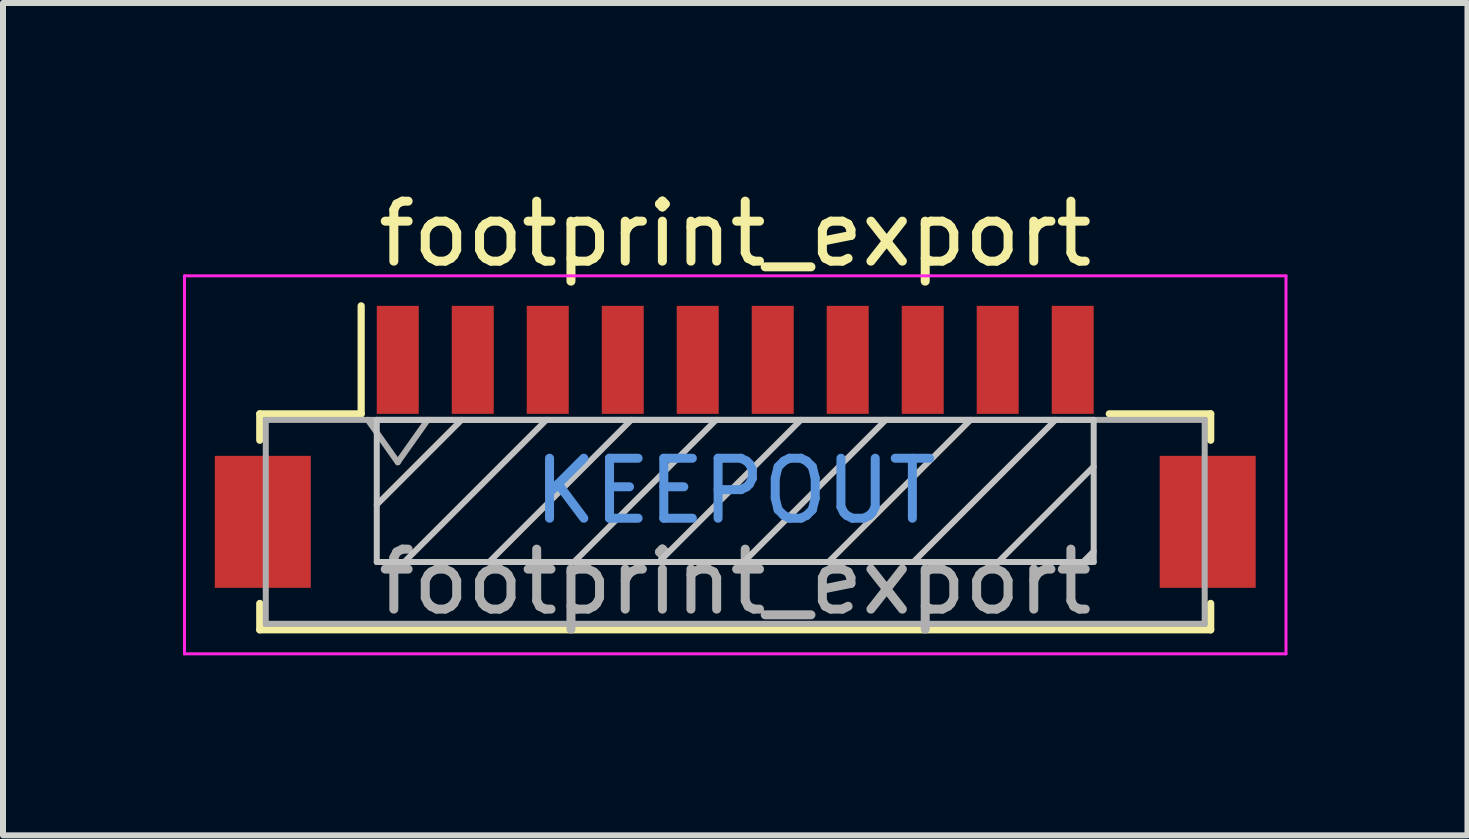
<source format=kicad_pcb>
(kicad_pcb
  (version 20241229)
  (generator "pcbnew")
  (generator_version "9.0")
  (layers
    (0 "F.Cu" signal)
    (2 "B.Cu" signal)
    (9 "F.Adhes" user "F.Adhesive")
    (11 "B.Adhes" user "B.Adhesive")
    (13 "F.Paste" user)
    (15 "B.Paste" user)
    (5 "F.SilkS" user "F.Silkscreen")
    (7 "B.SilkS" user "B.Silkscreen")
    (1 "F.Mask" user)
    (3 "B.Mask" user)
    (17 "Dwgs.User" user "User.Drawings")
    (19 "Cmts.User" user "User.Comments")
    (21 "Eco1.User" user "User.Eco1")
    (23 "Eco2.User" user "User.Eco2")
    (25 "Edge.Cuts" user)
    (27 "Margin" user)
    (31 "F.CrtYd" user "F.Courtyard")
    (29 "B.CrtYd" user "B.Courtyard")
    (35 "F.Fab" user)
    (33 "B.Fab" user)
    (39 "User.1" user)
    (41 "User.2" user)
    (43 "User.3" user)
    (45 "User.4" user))
  (footprint "footprint_export"
    (layer "F.Cu")
    (at 9.205 4.398)
    (property "Reference" "footprint_export" (at 0 -3.55 0) (layer "F.SilkS") (effects (font (size 1 1) (thickness 0.15))))
    (attr smd)
    (fp_line (start -7.925 -0.55) (end -7.925 -0.11) (stroke (width 0.12) (type solid)) (layer "F.SilkS"))
    (fp_line (start -7.925 2.61) (end -7.925 3.05) (stroke (width 0.12) (type solid)) (layer "F.SilkS"))
    (fp_line (start -7.925 3.05) (end 7.925 3.05) (stroke (width 0.12) (type solid)) (layer "F.SilkS"))
    (fp_line (start -6.235 -0.55) (end -7.925 -0.55) (stroke (width 0.12) (type solid)) (layer "F.SilkS"))
    (fp_line (start -6.235 -0.55) (end -6.235 -2.35) (stroke (width 0.12) (type solid)) (layer "F.SilkS"))
    (fp_line (start 6.235 -0.55) (end 7.925 -0.55) (stroke (width 0.12) (type solid)) (layer "F.SilkS"))
    (fp_line (start 7.925 -0.55) (end 7.925 -0.11) (stroke (width 0.12) (type solid)) (layer "F.SilkS"))
    (fp_line (start 7.925 3.05) (end 7.925 2.61) (stroke (width 0.12) (type solid)) (layer "F.SilkS"))
    (fp_line (start -5.975 -0.45) (end -5.975 1.92) (stroke (width 0.1) (type solid)) (layer "Dwgs.User"))
    (fp_line (start -5.975 1.92) (end 5.975 1.92) (stroke (width 0.1) (type solid)) (layer "Dwgs.User"))
    (fp_line (start -4.561 -0.45) (end -5.975 0.964) (stroke (width 0.1) (type solid)) (layer "Dwgs.User"))
    (fp_line (start -3.147 -0.45) (end -5.517 1.92) (stroke (width 0.1) (type solid)) (layer "Dwgs.User"))
    (fp_line (start -1.732 -0.45) (end -4.102 1.92) (stroke (width 0.1) (type solid)) (layer "Dwgs.User"))
    (fp_line (start -0.318 -0.45) (end -2.688 1.92) (stroke (width 0.1) (type solid)) (layer "Dwgs.User"))
    (fp_line (start 1.096 -0.45) (end -1.274 1.92) (stroke (width 0.1) (type solid)) (layer "Dwgs.User"))
    (fp_line (start 2.51 -0.45) (end 0.14 1.92) (stroke (width 0.1) (type solid)) (layer "Dwgs.User"))
    (fp_line (start 3.924 -0.45) (end 1.554 1.92) (stroke (width 0.1) (type solid)) (layer "Dwgs.User"))
    (fp_line (start 5.339 -0.45) (end 2.969 1.92) (stroke (width 0.1) (type solid)) (layer "Dwgs.User"))
    (fp_line (start 5.975 -0.45) (end -5.975 -0.45) (stroke (width 0.1) (type solid)) (layer "Dwgs.User"))
    (fp_line (start 5.975 0.328) (end 4.383 1.92) (stroke (width 0.1) (type solid)) (layer "Dwgs.User"))
    (fp_line (start 5.975 1.742) (end 5.797 1.92) (stroke (width 0.1) (type solid)) (layer "Dwgs.User"))
    (fp_line (start 5.975 1.92) (end 5.975 -0.45) (stroke (width 0.1) (type solid)) (layer "Dwgs.User"))
    (fp_line (start -9.18 -2.85) (end -9.18 3.45) (stroke (width 0.05) (type solid)) (layer "F.CrtYd"))
    (fp_line (start -9.18 3.45) (end 9.18 3.45) (stroke (width 0.05) (type solid)) (layer "F.CrtYd"))
    (fp_line (start 9.18 -2.85) (end -9.18 -2.85) (stroke (width 0.05) (type solid)) (layer "F.CrtYd"))
    (fp_line (start 9.18 3.45) (end 9.18 -2.85) (stroke (width 0.05) (type solid)) (layer "F.CrtYd"))
    (fp_line (start -7.825 -0.45) (end -7.825 2.95) (stroke (width 0.1) (type solid)) (layer "F.Fab"))
    (fp_line (start -7.825 2.95) (end 7.825 2.95) (stroke (width 0.1) (type solid)) (layer "F.Fab"))
    (fp_line (start -6.125 -0.45) (end -5.625 0.257) (stroke (width 0.1) (type solid)) (layer "F.Fab"))
    (fp_line (start -5.625 0.257) (end -5.125 -0.45) (stroke (width 0.1) (type solid)) (layer "F.Fab"))
    (fp_line (start 7.825 -0.45) (end -7.825 -0.45) (stroke (width 0.1) (type solid)) (layer "F.Fab"))
    (fp_line (start 7.825 2.95) (end 7.825 -0.45) (stroke (width 0.1) (type solid)) (layer "F.Fab"))
    (fp_text user "KEEPOUT" (at 0 0.735 0) (layer "Cmts.User") (effects (font (size 1 1) (thickness 0.15))))
    (fp_text user "${REFERENCE}" (at 0 2.25 0) (layer "F.Fab") (effects (font (size 1 1) (thickness 0.15))))
    (pad "1" smd rect (at -5.625 -1.45) (size 0.7 1.8) (layers "F.Cu" "F.Mask" "F.Paste"))
    (pad "2" smd rect (at -4.375 -1.45) (size 0.7 1.8) (layers "F.Cu" "F.Mask" "F.Paste"))
    (pad "3" smd rect (at -3.125 -1.45) (size 0.7 1.8) (layers "F.Cu" "F.Mask" "F.Paste"))
    (pad "4" smd rect (at -1.875 -1.45) (size 0.7 1.8) (layers "F.Cu" "F.Mask" "F.Paste"))
    (pad "5" smd rect (at -0.625 -1.45) (size 0.7 1.8) (layers "F.Cu" "F.Mask" "F.Paste"))
    (pad "6" smd rect (at 0.625 -1.45) (size 0.7 1.8) (layers "F.Cu" "F.Mask" "F.Paste"))
    (pad "7" smd rect (at 1.875 -1.45) (size 0.7 1.8) (layers "F.Cu" "F.Mask" "F.Paste"))
    (pad "8" smd rect (at 3.125 -1.45) (size 0.7 1.8) (layers "F.Cu" "F.Mask" "F.Paste"))
    (pad "9" smd rect (at 4.375 -1.45) (size 0.7 1.8) (layers "F.Cu" "F.Mask" "F.Paste"))
    (pad "10" smd rect (at 5.625 -1.45) (size 0.7 1.8) (layers "F.Cu" "F.Mask" "F.Paste"))
    (pad "MP" smd rect (at -7.875 1.25) (size 1.6 2.2) (layers "F.Cu" "F.Mask" "F.Paste"))
    (pad "MP" smd rect (at 7.875 1.25) (size 1.6 2.2) (layers "F.Cu" "F.Mask" "F.Paste")))
  (gr_rect
    (start -3 -3)
    (end 21.41 10.873)
    (stroke (width 0.1) (type default))
    (fill no)
    (layer "Edge.Cuts")))
</source>
